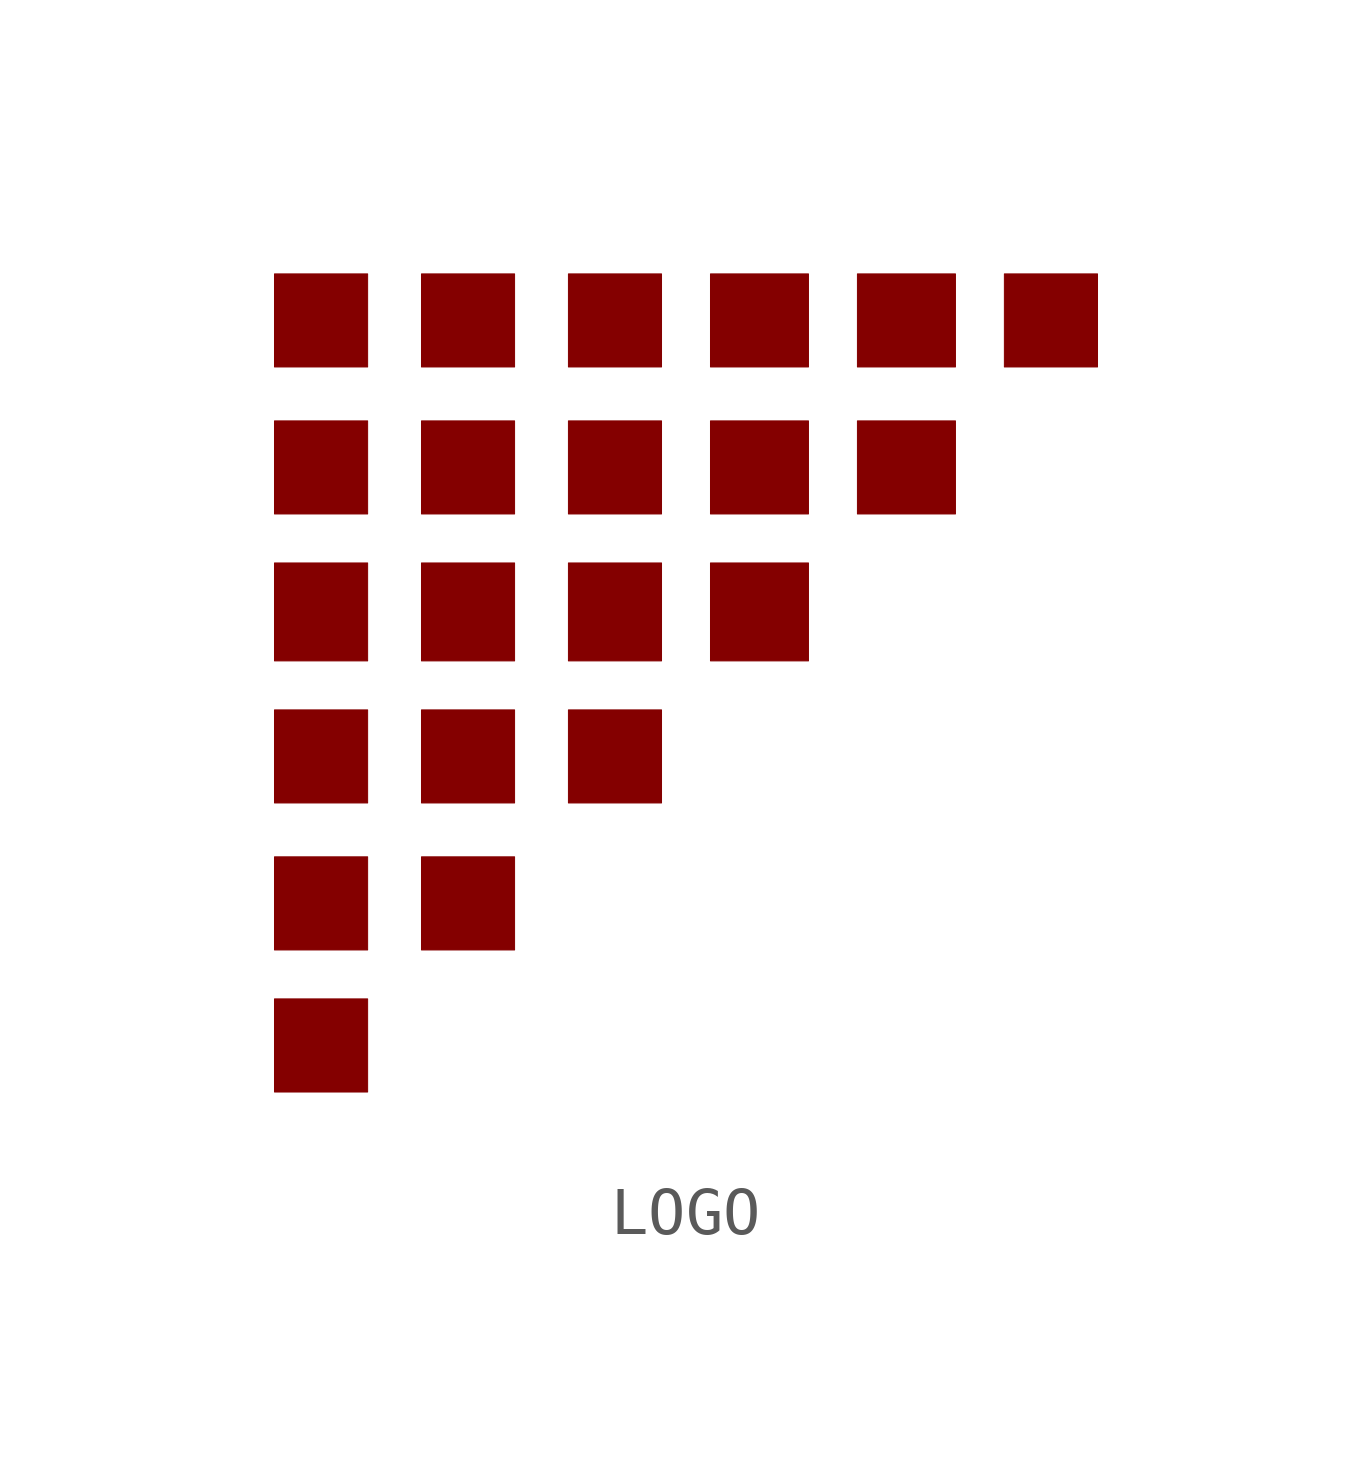
<source format=kicad_sym>
(kicad_symbol_lib
  (version 20210619)
  (generator bitmap2component)
  (symbol "LOGO"
    (pin_names
      (offset 1.016))
    (property "Reference" "#G"
      (at 0 7.832 0)
      (effects (font (size 1.27 1.27)) hide))
    (symbol "LOGO_0_0"
      (polyline (pts (xy -6.63 -6.63) (xy -8.569 -6.63) (xy -8.569 -8.569) (xy -6.63 -8.569) (xy -6.63 -6.63)) (stroke (width 0.01)) (fill (type outline)))
      (polyline (pts (xy -6.63 -3.672) (xy -8.569 -3.672) (xy -8.569 -5.611) (xy -6.63 -5.611) (xy -6.63 -3.672)) (stroke (width 0.01)) (fill (type outline)))
      (polyline (pts (xy -3.57 -3.672) (xy -5.508 -3.672) (xy -5.508 -5.611) (xy -3.57 -5.611) (xy -3.57 -3.672)) (stroke (width 0.01)) (fill (type outline)))
      (polyline (pts (xy -6.63 -0.612) (xy -8.569 -0.612) (xy -8.569 -2.55) (xy -6.63 -2.55) (xy -6.63 -0.612)) (stroke (width 0.01)) (fill (type outline)))
      (polyline (pts (xy -3.57 -0.612) (xy -5.508 -0.612) (xy -5.508 -2.55) (xy -3.57 -2.55) (xy -3.57 -0.612)) (stroke (width 0.01)) (fill (type outline)))
      (polyline (pts (xy -0.51 -0.612) (xy -2.448 -0.612) (xy -2.448 -2.55) (xy -0.51 -2.55) (xy -0.51 -0.612)) (stroke (width 0.01)) (fill (type outline)))
      (polyline (pts (xy -6.63 2.448) (xy -8.569 2.448) (xy -8.569 0.408) (xy -6.63 0.408) (xy -6.63 2.448)) (stroke (width 0.01)) (fill (type outline)))
      (polyline (pts (xy -3.57 2.448) (xy -5.508 2.448) (xy -5.508 0.408) (xy -3.57 0.408) (xy -3.57 2.448)) (stroke (width 0.01)) (fill (type outline)))
      (polyline (pts (xy -0.51 2.448) (xy -2.448 2.448) (xy -2.448 0.408) (xy -0.51 0.408) (xy -0.51 2.448)) (stroke (width 0.01)) (fill (type outline)))
      (polyline (pts (xy 2.55 2.448) (xy 0.51 2.448) (xy 0.51 0.408) (xy 2.55 0.408) (xy 2.55 2.448)) (stroke (width 0.01)) (fill (type outline)))
      (polyline (pts (xy -6.63 5.406) (xy -8.569 5.406) (xy -8.569 3.468) (xy -6.63 3.468) (xy -6.63 5.406)) (stroke (width 0.01)) (fill (type outline)))
      (polyline (pts (xy -3.57 5.406) (xy -5.508 5.406) (xy -5.508 3.468) (xy -3.57 3.468) (xy -3.57 5.406)) (stroke (width 0.01)) (fill (type outline)))
      (polyline (pts (xy -0.51 5.406) (xy -2.448 5.406) (xy -2.448 3.468) (xy -0.51 3.468) (xy -0.51 5.406)) (stroke (width 0.01)) (fill (type outline)))
      (polyline (pts (xy 2.55 5.406) (xy 0.51 5.406) (xy 0.51 3.468) (xy 2.55 3.468) (xy 2.55 5.406)) (stroke (width 0.01)) (fill (type outline)))
      (polyline (pts (xy 5.611 5.406) (xy 3.57 5.406) (xy 3.57 3.468) (xy 5.611 3.468) (xy 5.611 5.406)) (stroke (width 0.01)) (fill (type outline)))
      (polyline (pts (xy -6.63 8.467) (xy -8.569 8.467) (xy -8.569 6.529) (xy -6.63 6.529) (xy -6.63 8.467)) (stroke (width 0.01)) (fill (type outline)))
      (polyline (pts (xy -3.57 8.467) (xy -5.508 8.467) (xy -5.508 6.529) (xy -3.57 6.529) (xy -3.57 8.467)) (stroke (width 0.01)) (fill (type outline)))
      (polyline (pts (xy -0.51 8.467) (xy -2.448 8.467) (xy -2.448 6.529) (xy -0.51 6.529) (xy -0.51 8.467)) (stroke (width 0.01)) (fill (type outline)))
      (polyline (pts (xy 2.55 8.467) (xy 0.51 8.467) (xy 0.51 6.529) (xy 2.55 6.529) (xy 2.55 8.467)) (stroke (width 0.01)) (fill (type outline)))
      (polyline (pts (xy 5.611 8.467) (xy 3.57 8.467) (xy 3.57 6.529) (xy 5.611 6.529) (xy 5.611 8.467)) (stroke (width 0.01)) (fill (type outline)))
      (polyline (pts (xy 8.569 8.467) (xy 6.63 8.467) (xy 6.63 6.529) (xy 8.569 6.529) (xy 8.569 8.467)) (stroke (width 0.01)) (fill (type outline))))))
</source>
